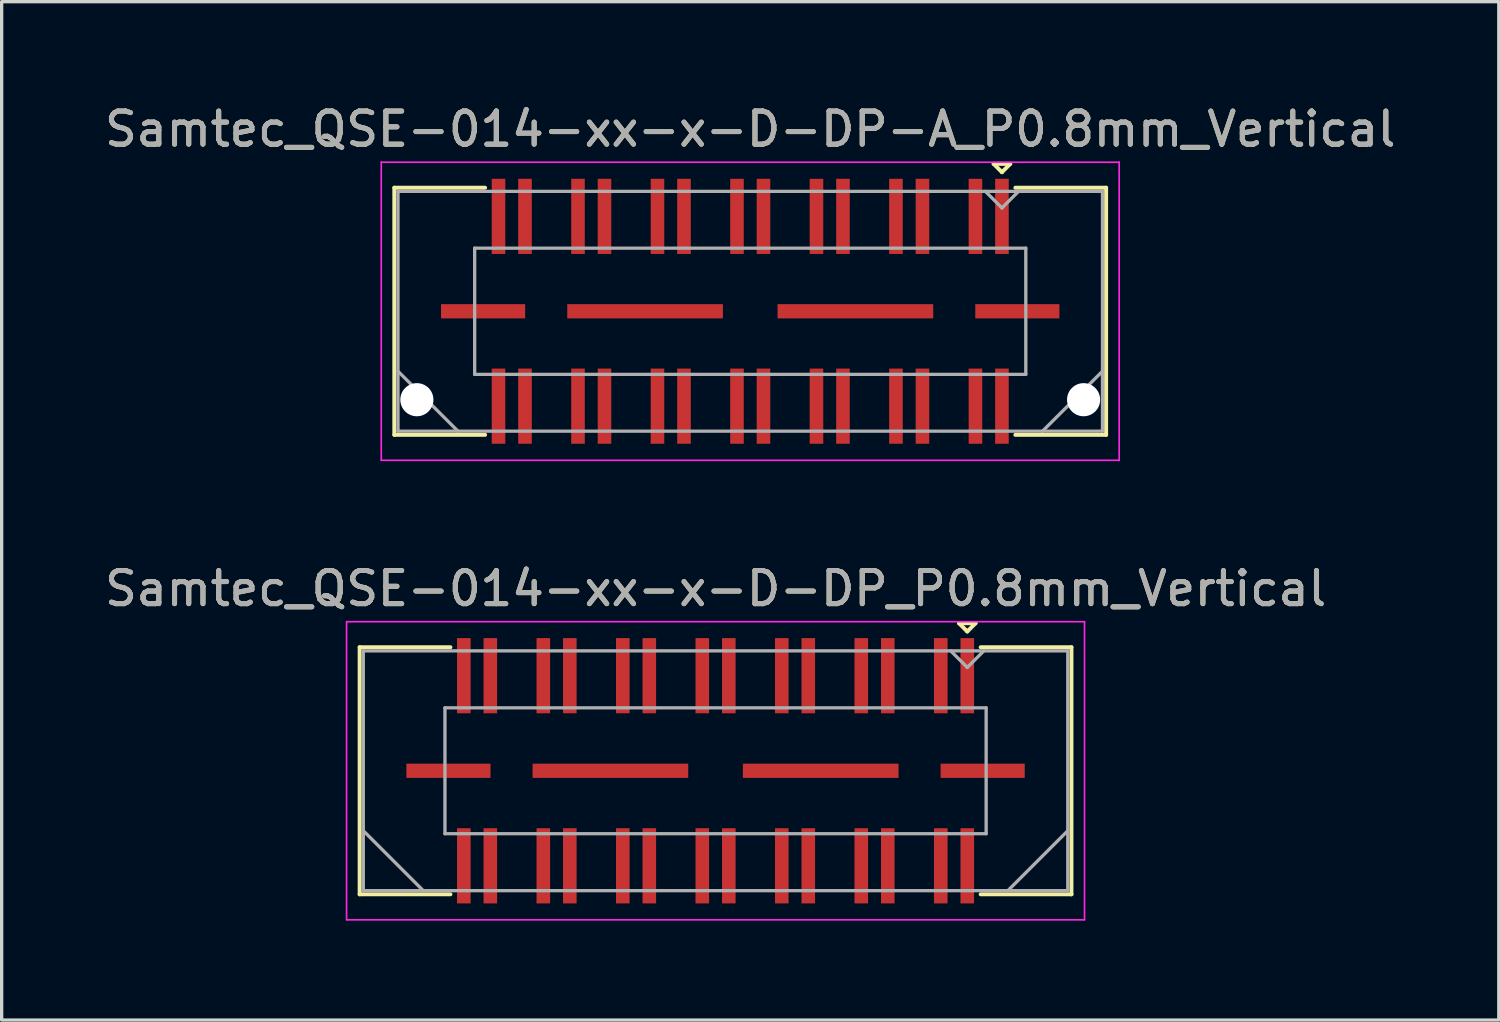
<source format=kicad_pcb>
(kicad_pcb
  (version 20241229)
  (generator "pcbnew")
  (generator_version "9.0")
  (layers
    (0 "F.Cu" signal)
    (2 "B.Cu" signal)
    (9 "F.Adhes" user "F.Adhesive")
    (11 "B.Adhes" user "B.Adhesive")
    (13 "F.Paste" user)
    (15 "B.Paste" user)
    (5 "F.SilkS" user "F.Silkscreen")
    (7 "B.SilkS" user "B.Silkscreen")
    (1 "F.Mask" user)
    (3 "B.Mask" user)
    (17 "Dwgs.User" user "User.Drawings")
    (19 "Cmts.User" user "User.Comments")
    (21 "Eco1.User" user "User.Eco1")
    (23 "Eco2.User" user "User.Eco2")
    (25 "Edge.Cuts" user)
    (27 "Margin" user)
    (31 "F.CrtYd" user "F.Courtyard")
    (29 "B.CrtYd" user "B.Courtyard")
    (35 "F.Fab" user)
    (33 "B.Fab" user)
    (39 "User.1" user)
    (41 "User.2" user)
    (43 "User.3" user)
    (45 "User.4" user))
  (footprint "Samtec_QSE-014-xx-x-D-DP-A_P0.8mm_Vertical"
    (layer "F.Cu")
    (at 19.601 6.348)
    (property "Reference" "Samtec_QSE-014-xx-x-D-DP-A_P0.8mm_Vertical" (at 0 -5.5 0) (layer "F.SilkS") (effects (font (size 1 1) (thickness 0.15))))
    (attr smd)
    (fp_line (start -10.745 -3.73) (end -8.005 -3.73) (stroke (width 0.12) (type solid)) (layer "F.SilkS"))
    (fp_line (start -10.745 3.73) (end -10.745 -3.73) (stroke (width 0.12) (type solid)) (layer "F.SilkS"))
    (fp_line (start -8.005 3.73) (end -10.745 3.73) (stroke (width 0.12) (type solid)) (layer "F.SilkS"))
    (fp_line (start 7.35 -4.45) (end 7.85 -4.45) (stroke (width 0.12) (type solid)) (layer "F.SilkS"))
    (fp_line (start 7.6 -4.2) (end 7.35 -4.45) (stroke (width 0.12) (type solid)) (layer "F.SilkS"))
    (fp_line (start 7.85 -4.45) (end 7.6 -4.2) (stroke (width 0.12) (type solid)) (layer "F.SilkS"))
    (fp_line (start 8.005 3.73) (end 10.745 3.73) (stroke (width 0.12) (type solid)) (layer "F.SilkS"))
    (fp_line (start 10.745 -3.73) (end 8.005 -3.73) (stroke (width 0.12) (type solid)) (layer "F.SilkS"))
    (fp_line (start 10.745 3.73) (end 10.745 -3.73) (stroke (width 0.12) (type solid)) (layer "F.SilkS"))
    (fp_line (start -11.14 -4.5) (end -11.14 4.5) (stroke (width 0.05) (type solid)) (layer "F.CrtYd"))
    (fp_line (start -11.14 4.5) (end 11.14 4.5) (stroke (width 0.05) (type solid)) (layer "F.CrtYd"))
    (fp_line (start 11.14 -4.5) (end -11.14 -4.5) (stroke (width 0.05) (type solid)) (layer "F.CrtYd"))
    (fp_line (start 11.14 4.5) (end 11.14 -4.5) (stroke (width 0.05) (type solid)) (layer "F.CrtYd"))
    (fp_line (start -10.635 -3.62) (end -10.635 3.62) (stroke (width 0.1) (type solid)) (layer "F.Fab"))
    (fp_line (start -10.635 1.81) (end -8.825 3.62) (stroke (width 0.1) (type solid)) (layer "F.Fab"))
    (fp_line (start -10.635 3.62) (end 10.635 3.62) (stroke (width 0.1) (type solid)) (layer "F.Fab"))
    (fp_line (start -8.32 -1.905) (end -8.32 1.905) (stroke (width 0.1) (type solid)) (layer "F.Fab"))
    (fp_line (start -8.32 1.905) (end 8.32 1.905) (stroke (width 0.1) (type solid)) (layer "F.Fab"))
    (fp_line (start 7.6 -3.12) (end 7.1 -3.62) (stroke (width 0.1) (type solid)) (layer "F.Fab"))
    (fp_line (start 8.1 -3.62) (end 7.6 -3.12) (stroke (width 0.1) (type solid)) (layer "F.Fab"))
    (fp_line (start 8.32 -1.905) (end -8.32 -1.905) (stroke (width 0.1) (type solid)) (layer "F.Fab"))
    (fp_line (start 8.32 1.905) (end 8.32 -1.905) (stroke (width 0.1) (type solid)) (layer "F.Fab"))
    (fp_line (start 10.635 -3.62) (end -10.635 -3.62) (stroke (width 0.1) (type solid)) (layer "F.Fab"))
    (fp_line (start 10.635 1.81) (end 8.825 3.62) (stroke (width 0.1) (type solid)) (layer "F.Fab"))
    (fp_line (start 10.635 3.62) (end 10.635 -3.62) (stroke (width 0.1) (type solid)) (layer "F.Fab"))
    (fp_text user "${REFERENCE}" (at 0 -5.5 0) (layer "F.Fab") (effects (font (size 1 1) (thickness 0.15))))
    (pad "" np_thru_hole circle (at -10.065 2.67) (size 1 1) (drill 1) (layers "*.Cu" "*.Mask"))
    (pad "" np_thru_hole circle (at 10.065 2.67) (size 1 1) (drill 1) (layers "*.Cu" "*.Mask"))
    (pad "1" smd rect (at 7.6 -2.865) (size 0.41 2.27) (layers "F.Cu" "F.Mask" "F.Paste"))
    (pad "2" smd rect (at 7.6 2.865) (size 0.41 2.27) (layers "F.Cu" "F.Mask" "F.Paste"))
    (pad "3" smd rect (at 6.8 -2.865) (size 0.41 2.27) (layers "F.Cu" "F.Mask" "F.Paste"))
    (pad "4" smd rect (at 6.8 2.865) (size 0.41 2.27) (layers "F.Cu" "F.Mask" "F.Paste"))
    (pad "5" smd rect (at 5.2 -2.865) (size 0.41 2.27) (layers "F.Cu" "F.Mask" "F.Paste"))
    (pad "6" smd rect (at 5.2 2.865) (size 0.41 2.27) (layers "F.Cu" "F.Mask" "F.Paste"))
    (pad "7" smd rect (at 4.4 -2.865) (size 0.41 2.27) (layers "F.Cu" "F.Mask" "F.Paste"))
    (pad "8" smd rect (at 4.4 2.865) (size 0.41 2.27) (layers "F.Cu" "F.Mask" "F.Paste"))
    (pad "9" smd rect (at 2.8 -2.865) (size 0.41 2.27) (layers "F.Cu" "F.Mask" "F.Paste"))
    (pad "10" smd rect (at 2.8 2.865) (size 0.41 2.27) (layers "F.Cu" "F.Mask" "F.Paste"))
    (pad "11" smd rect (at 2 -2.865) (size 0.41 2.27) (layers "F.Cu" "F.Mask" "F.Paste"))
    (pad "12" smd rect (at 2 2.865) (size 0.41 2.27) (layers "F.Cu" "F.Mask" "F.Paste"))
    (pad "13" smd rect (at 0.4 -2.865) (size 0.41 2.27) (layers "F.Cu" "F.Mask" "F.Paste"))
    (pad "14" smd rect (at 0.4 2.865) (size 0.41 2.27) (layers "F.Cu" "F.Mask" "F.Paste"))
    (pad "15" smd rect (at -0.4 -2.865) (size 0.41 2.27) (layers "F.Cu" "F.Mask" "F.Paste"))
    (pad "16" smd rect (at -0.4 2.865) (size 0.41 2.27) (layers "F.Cu" "F.Mask" "F.Paste"))
    (pad "17" smd rect (at -2 -2.865) (size 0.41 2.27) (layers "F.Cu" "F.Mask" "F.Paste"))
    (pad "18" smd rect (at -2 2.865) (size 0.41 2.27) (layers "F.Cu" "F.Mask" "F.Paste"))
    (pad "19" smd rect (at -2.8 -2.865) (size 0.41 2.27) (layers "F.Cu" "F.Mask" "F.Paste"))
    (pad "20" smd rect (at -2.8 2.865) (size 0.41 2.27) (layers "F.Cu" "F.Mask" "F.Paste"))
    (pad "21" smd rect (at -4.4 -2.865) (size 0.41 2.27) (layers "F.Cu" "F.Mask" "F.Paste"))
    (pad "22" smd rect (at -4.4 2.865) (size 0.41 2.27) (layers "F.Cu" "F.Mask" "F.Paste"))
    (pad "23" smd rect (at -5.2 -2.865) (size 0.41 2.27) (layers "F.Cu" "F.Mask" "F.Paste"))
    (pad "24" smd rect (at -5.2 2.865) (size 0.41 2.27) (layers "F.Cu" "F.Mask" "F.Paste"))
    (pad "25" smd rect (at -6.8 -2.865) (size 0.41 2.27) (layers "F.Cu" "F.Mask" "F.Paste"))
    (pad "26" smd rect (at -6.8 2.865) (size 0.41 2.27) (layers "F.Cu" "F.Mask" "F.Paste"))
    (pad "27" smd rect (at -7.6 -2.865) (size 0.41 2.27) (layers "F.Cu" "F.Mask" "F.Paste"))
    (pad "28" smd rect (at -7.6 2.865) (size 0.41 2.27) (layers "F.Cu" "F.Mask" "F.Paste"))
    (pad "P1" smd rect (at -8.065 0) (size 2.54 0.43) (layers "F.Cu" "F.Mask" "F.Paste"))
    (pad "P1" smd rect (at -3.175 0) (size 4.7 0.43) (layers "F.Cu" "F.Mask" "F.Paste"))
    (pad "P1" smd rect (at 3.175 0) (size 4.7 0.43) (layers "F.Cu" "F.Mask" "F.Paste"))
    (pad "P1" smd rect (at 8.065 0) (size 2.54 0.43) (layers "F.Cu" "F.Mask" "F.Paste")))
  (footprint "Samtec_QSE-014-xx-x-D-DP_P0.8mm_Vertical"
    (layer "F.Cu")
    (at 18.554 20.221)
    (property "Reference" "Samtec_QSE-014-xx-x-D-DP_P0.8mm_Vertical" (at 0 -5.5 0) (layer "F.SilkS") (effects (font (size 1 1) (thickness 0.15))))
    (attr smd)
    (fp_line (start -10.745 -3.73) (end -8.005 -3.73) (stroke (width 0.12) (type solid)) (layer "F.SilkS"))
    (fp_line (start -10.745 3.73) (end -10.745 -3.73) (stroke (width 0.12) (type solid)) (layer "F.SilkS"))
    (fp_line (start -8.005 3.73) (end -10.745 3.73) (stroke (width 0.12) (type solid)) (layer "F.SilkS"))
    (fp_line (start 7.35 -4.455) (end 7.85 -4.455) (stroke (width 0.12) (type solid)) (layer "F.SilkS"))
    (fp_line (start 7.6 -4.205) (end 7.35 -4.455) (stroke (width 0.12) (type solid)) (layer "F.SilkS"))
    (fp_line (start 7.85 -4.455) (end 7.6 -4.205) (stroke (width 0.12) (type solid)) (layer "F.SilkS"))
    (fp_line (start 8.005 3.73) (end 10.745 3.73) (stroke (width 0.12) (type solid)) (layer "F.SilkS"))
    (fp_line (start 10.745 -3.73) (end 8.005 -3.73) (stroke (width 0.12) (type solid)) (layer "F.SilkS"))
    (fp_line (start 10.745 3.73) (end 10.745 -3.73) (stroke (width 0.12) (type solid)) (layer "F.SilkS"))
    (fp_line (start -11.14 -4.5) (end -11.14 4.5) (stroke (width 0.05) (type solid)) (layer "F.CrtYd"))
    (fp_line (start -11.14 4.5) (end 11.14 4.5) (stroke (width 0.05) (type solid)) (layer "F.CrtYd"))
    (fp_line (start 11.14 -4.5) (end -11.14 -4.5) (stroke (width 0.05) (type solid)) (layer "F.CrtYd"))
    (fp_line (start 11.14 4.5) (end 11.14 -4.5) (stroke (width 0.05) (type solid)) (layer "F.CrtYd"))
    (fp_line (start -10.635 -3.62) (end -10.635 3.62) (stroke (width 0.1) (type solid)) (layer "F.Fab"))
    (fp_line (start -10.635 1.81) (end -8.825 3.62) (stroke (width 0.1) (type solid)) (layer "F.Fab"))
    (fp_line (start -10.635 3.62) (end 10.635 3.62) (stroke (width 0.1) (type solid)) (layer "F.Fab"))
    (fp_line (start -8.17 -1.9) (end -8.17 1.9) (stroke (width 0.1) (type solid)) (layer "F.Fab"))
    (fp_line (start -8.17 1.9) (end 8.17 1.9) (stroke (width 0.1) (type solid)) (layer "F.Fab"))
    (fp_line (start 7.6 -3.12) (end 7.1 -3.62) (stroke (width 0.1) (type solid)) (layer "F.Fab"))
    (fp_line (start 8.1 -3.62) (end 7.6 -3.12) (stroke (width 0.1) (type solid)) (layer "F.Fab"))
    (fp_line (start 8.17 -1.9) (end -8.17 -1.9) (stroke (width 0.1) (type solid)) (layer "F.Fab"))
    (fp_line (start 8.17 1.9) (end 8.17 -1.9) (stroke (width 0.1) (type solid)) (layer "F.Fab"))
    (fp_line (start 10.635 -3.62) (end -10.635 -3.62) (stroke (width 0.1) (type solid)) (layer "F.Fab"))
    (fp_line (start 10.635 1.81) (end 8.825 3.62) (stroke (width 0.1) (type solid)) (layer "F.Fab"))
    (fp_line (start 10.635 3.62) (end 10.635 -3.62) (stroke (width 0.1) (type solid)) (layer "F.Fab"))
    (fp_text user "${REFERENCE}" (at 0 -5.5 0) (layer "F.Fab") (effects (font (size 1 1) (thickness 0.15))))
    (pad "1" smd rect (at 7.6 -2.87) (size 0.41 2.27) (layers "F.Cu" "F.Mask" "F.Paste"))
    (pad "2" smd rect (at 7.6 2.87) (size 0.41 2.27) (layers "F.Cu" "F.Mask" "F.Paste"))
    (pad "3" smd rect (at 6.8 -2.87) (size 0.41 2.27) (layers "F.Cu" "F.Mask" "F.Paste"))
    (pad "4" smd rect (at 6.8 2.87) (size 0.41 2.27) (layers "F.Cu" "F.Mask" "F.Paste"))
    (pad "5" smd rect (at 5.2 -2.87) (size 0.41 2.27) (layers "F.Cu" "F.Mask" "F.Paste"))
    (pad "6" smd rect (at 5.2 2.87) (size 0.41 2.27) (layers "F.Cu" "F.Mask" "F.Paste"))
    (pad "7" smd rect (at 4.4 -2.87) (size 0.41 2.27) (layers "F.Cu" "F.Mask" "F.Paste"))
    (pad "8" smd rect (at 4.4 2.87) (size 0.41 2.27) (layers "F.Cu" "F.Mask" "F.Paste"))
    (pad "9" smd rect (at 2.8 -2.87) (size 0.41 2.27) (layers "F.Cu" "F.Mask" "F.Paste"))
    (pad "10" smd rect (at 2.8 2.87) (size 0.41 2.27) (layers "F.Cu" "F.Mask" "F.Paste"))
    (pad "11" smd rect (at 2 -2.87) (size 0.41 2.27) (layers "F.Cu" "F.Mask" "F.Paste"))
    (pad "12" smd rect (at 2 2.87) (size 0.41 2.27) (layers "F.Cu" "F.Mask" "F.Paste"))
    (pad "13" smd rect (at 0.4 -2.87) (size 0.41 2.27) (layers "F.Cu" "F.Mask" "F.Paste"))
    (pad "14" smd rect (at 0.4 2.87) (size 0.41 2.27) (layers "F.Cu" "F.Mask" "F.Paste"))
    (pad "15" smd rect (at -0.4 -2.87) (size 0.41 2.27) (layers "F.Cu" "F.Mask" "F.Paste"))
    (pad "16" smd rect (at -0.4 2.87) (size 0.41 2.27) (layers "F.Cu" "F.Mask" "F.Paste"))
    (pad "17" smd rect (at -2 -2.87) (size 0.41 2.27) (layers "F.Cu" "F.Mask" "F.Paste"))
    (pad "18" smd rect (at -2 2.87) (size 0.41 2.27) (layers "F.Cu" "F.Mask" "F.Paste"))
    (pad "19" smd rect (at -2.8 -2.87) (size 0.41 2.27) (layers "F.Cu" "F.Mask" "F.Paste"))
    (pad "20" smd rect (at -2.8 2.87) (size 0.41 2.27) (layers "F.Cu" "F.Mask" "F.Paste"))
    (pad "21" smd rect (at -4.4 -2.87) (size 0.41 2.27) (layers "F.Cu" "F.Mask" "F.Paste"))
    (pad "22" smd rect (at -4.4 2.87) (size 0.41 2.27) (layers "F.Cu" "F.Mask" "F.Paste"))
    (pad "23" smd rect (at -5.2 -2.87) (size 0.41 2.27) (layers "F.Cu" "F.Mask" "F.Paste"))
    (pad "24" smd rect (at -5.2 2.87) (size 0.41 2.27) (layers "F.Cu" "F.Mask" "F.Paste"))
    (pad "25" smd rect (at -6.8 -2.87) (size 0.41 2.27) (layers "F.Cu" "F.Mask" "F.Paste"))
    (pad "26" smd rect (at -6.8 2.87) (size 0.41 2.27) (layers "F.Cu" "F.Mask" "F.Paste"))
    (pad "27" smd rect (at -7.6 -2.87) (size 0.41 2.27) (layers "F.Cu" "F.Mask" "F.Paste"))
    (pad "28" smd rect (at -7.6 2.87) (size 0.41 2.27) (layers "F.Cu" "F.Mask" "F.Paste"))
    (pad "P1" smd rect (at -8.065 0) (size 2.54 0.43) (layers "F.Cu" "F.Mask" "F.Paste"))
    (pad "P1" smd rect (at -3.175 0) (size 4.7 0.43) (layers "F.Cu" "F.Mask" "F.Paste"))
    (pad "P1" smd rect (at 3.175 0) (size 4.7 0.43) (layers "F.Cu" "F.Mask" "F.Paste"))
    (pad "P1" smd rect (at 8.065 0) (size 2.54 0.43) (layers "F.Cu" "F.Mask" "F.Paste")))
  (gr_rect
    (start -3 -3)
    (end 42.202 27.747)
    (stroke (width 0.1) (type default))
    (fill no)
    (layer "Edge.Cuts")))
</source>
